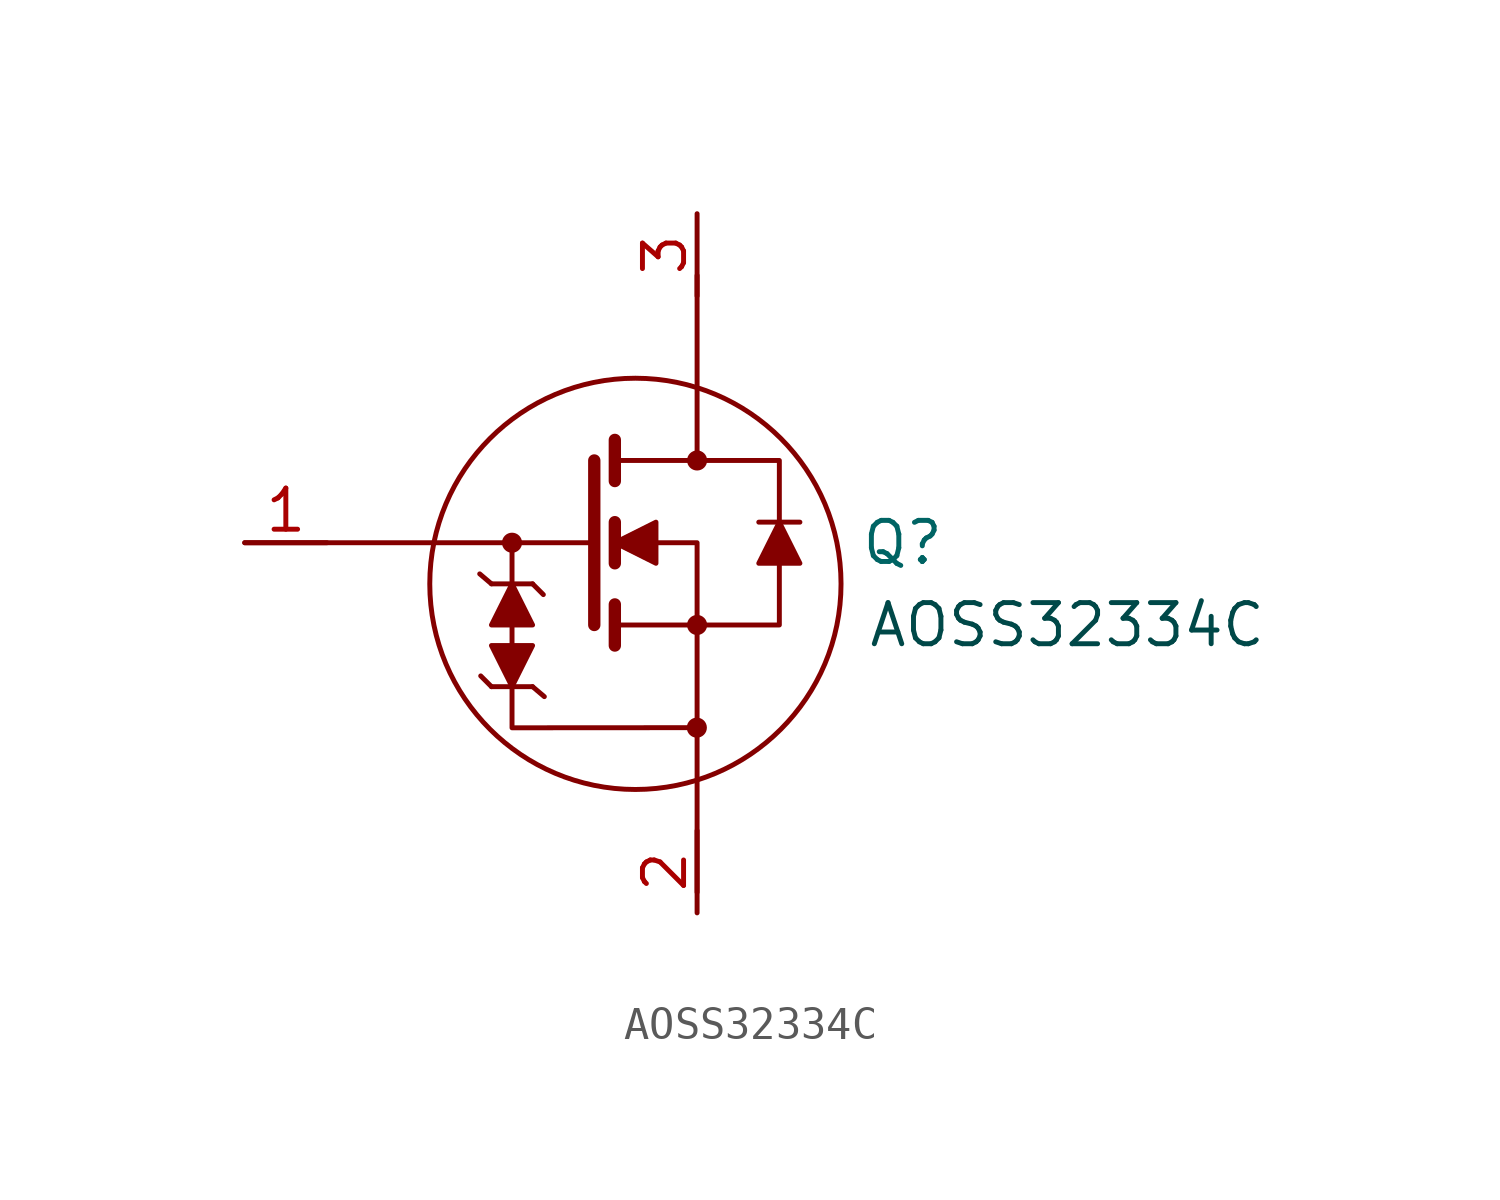
<source format=kicad_sym>
(kicad_symbol_lib
  (version 20231120)
  (generator "kicad_symbol_editor")
  (generator_version "8.0")
  (symbol "AOSS32334C"
    (property "Reference" "Q"
      (at 0 0 0)
      (effects (font (size 1.27 1.27))))
    (property "Value" ""
      (at 0 0 0)
      (effects (font (size 1.27 1.27))))
    (property "Ref Name" "AOSS32334C"
      (at 5.08 -2.54 0)
      (effects (font (size 1.27 1.27) (color 0 72 72 1))))
    (symbol "AOSS32334C_1_1"
      (circle (center -12.065 0) (radius 0.234) (stroke (width 0) (type default)) (fill (type outline)))
      (circle (center -8.255 -1.27) (radius 6.35) (stroke (width 0) (type default)) (fill (type none)))
      (circle (center -6.358 -5.711) (radius 0.234) (stroke (width 0) (type default)) (fill (type outline)))
      (circle (center -6.35 -2.54) (radius 0.234) (stroke (width 0) (type default)) (fill (type outline)))
      (circle (center -6.35 2.54) (radius 0.234) (stroke (width 0) (type default)) (fill (type outline)))
      (polyline (pts (xy -12.7 -4.445) (xy -13.032 -4.113)) (stroke (width 0) (type default)) (fill (type none)))
      (polyline (pts (xy -12.7 -1.27) (xy -13.063 -0.962)) (stroke (width 0) (type default)) (fill (type none)))
      (polyline (pts (xy -12.7 -1.27) (xy -11.43 -1.27)) (stroke (width 0) (type default)) (fill (type none)))
      (polyline (pts (xy -11.43 -4.445) (xy -12.7 -4.445)) (stroke (width 0) (type default)) (fill (type none)))
      (polyline (pts (xy -11.43 -4.445) (xy -11.067 -4.753)) (stroke (width 0) (type default)) (fill (type none)))
      (polyline (pts (xy -11.43 -1.27) (xy -11.098 -1.602)) (stroke (width 0) (type default)) (fill (type none)))
      (polyline (pts (xy -9.525 0) (xy -20.32 0)) (stroke (width 0) (type default)) (fill (type none)))
      (polyline (pts (xy -9.525 2.54) (xy -9.525 -2.54)) (stroke (width 0.381) (type default)) (fill (type none)))
      (polyline (pts (xy -8.89 -1.905) (xy -8.89 -3.175)) (stroke (width 0.381) (type default)) (fill (type none)))
      (polyline (pts (xy -8.89 0.635) (xy -8.89 -0.635)) (stroke (width 0.381) (type default)) (fill (type none)))
      (polyline (pts (xy -8.89 3.175) (xy -8.89 1.905)) (stroke (width 0.381) (type default)) (fill (type none)))
      (polyline (pts (xy -6.35 -2.54) (xy -6.35 -10.795)) (stroke (width 0) (type default)) (fill (type none)))
      (polyline (pts (xy -6.35 2.54) (xy -6.35 8.255)) (stroke (width 0) (type default)) (fill (type none)))
      (polyline (pts (xy -4.445 0.635) (xy -3.175 0.635)) (stroke (width 0) (type default)) (fill (type none)))
      (polyline (pts (xy -12.065 0) (xy -12.065 -5.715) (xy -6.298 -5.711)) (stroke (width 0) (type default)) (fill (type none)))
      (polyline (pts (xy -12.065 -4.445) (xy -11.43 -3.175) (xy -12.7 -3.175) (xy -12.065 -4.445)) (stroke (width 0) (type default)) (fill (type outline)))
      (polyline (pts (xy -12.065 -1.27) (xy -12.7 -2.54) (xy -11.43 -2.54) (xy -12.065 -1.27)) (stroke (width 0) (type default)) (fill (type outline)))
      (polyline (pts (xy -8.89 0) (xy -7.62 -0.635) (xy -7.62 0.635) (xy -8.89 0)) (stroke (width 0) (type default)) (fill (type outline)))
      (polyline (pts (xy -8.89 0) (xy -6.35 0) (xy -6.35 -2.54) (xy -8.89 -2.54)) (stroke (width 0) (type default)) (fill (type none)))
      (polyline (pts (xy -6.35 -2.54) (xy -3.81 -2.54) (xy -3.81 2.54) (xy -8.89 2.54)) (stroke (width 0) (type default)) (fill (type none)))
      (polyline (pts (xy -3.81 0.635) (xy -4.445 -0.635) (xy -3.175 -0.635) (xy -3.81 0.635)) (stroke (width 0) (type default)) (fill (type outline)))
      (pin input line (at -20.32 0 0) (length 2.54) (name "" (effects (font (size 1.27 1.27)))) (number "1" (effects (font (size 1.27 1.27)))))
      (pin input line (at -6.35 -11.43 90) (length 2.54) (name "" (effects (font (size 1.27 1.27)))) (number "2" (effects (font (size 1.27 1.27)))))
      (pin output line (at -6.35 10.16 270) (length 2.54) (name "" (effects (font (size 1.27 1.27)))) (number "3" (effects (font (size 1.27 1.27))))))))
</source>
